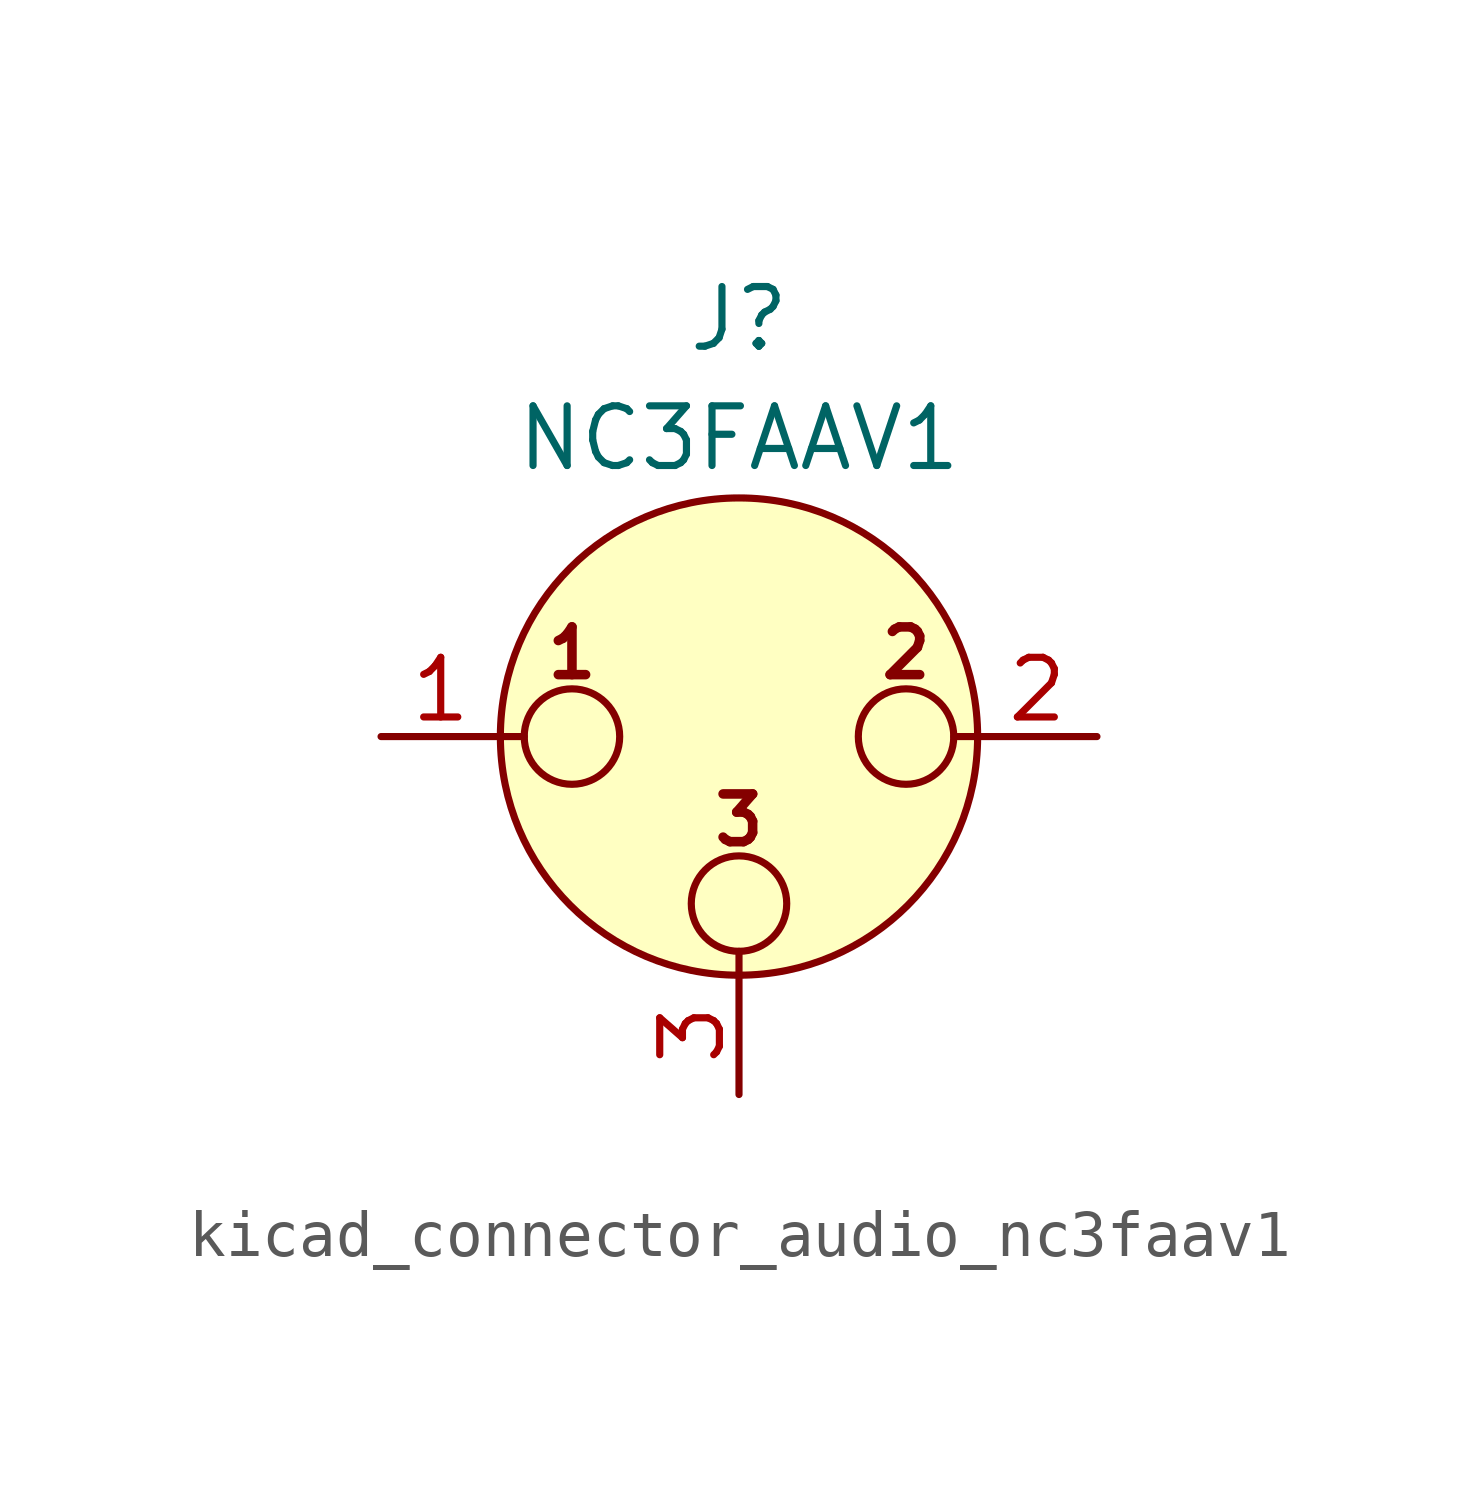
<source format=kicad_sym>
(kicad_symbol_lib
  (version 20220914)
  (generator kicad_symbol_editor)
  (symbol "kicad_connector_audio_nc3faav1"
    (pin_names hide)
    (property "Reference" "J"
      (at 0 8.89 0)
      (effects (font (size 1.27 1.27))))
    (property "Value" "NC3FAAV1"
      (at 0 6.35 0)
      (effects (font (size 1.27 1.27))))
    (symbol "kicad_connector_audio_nc3faav1_0_1"
      (circle (center -3.556 0) (radius 1.016) (stroke (width 0) (type default)) (fill (type none)))
      (circle (center 0 -3.556) (radius 1.016) (stroke (width 0) (type default)) (fill (type none)))
      (polyline (pts (xy -5.08 0) (xy -4.572 0)) (stroke (width 0) (type default)) (fill (type none)))
      (polyline (pts (xy 0 -5.08) (xy 0 -4.572)) (stroke (width 0) (type default)) (fill (type none)))
      (polyline (pts (xy 5.08 0) (xy 4.572 0)) (stroke (width 0) (type default)) (fill (type none)))
      (circle (center 0 0) (radius 5.08) (stroke (width 0) (type default)) (fill (type background)))
      (circle (center 3.556 0) (radius 1.016) (stroke (width 0) (type default)) (fill (type none)))
      (text "1" (at -3.556 1.778 0) (effects (font (size 1.016 1.016) bold)))
      (text "2" (at 3.556 1.778 0) (effects (font (size 1.016 1.016) bold)))
      (text "3" (at 0 -1.778 0) (effects (font (size 1.016 1.016) bold)))
      (pin passive line (at -7.62 0 0) (length 2.54) (name "~" (effects (font (size 1.27 1.27)))) (number "1" (effects (font (size 1.27 1.27)))))
      (pin passive line (at 7.62 0 180) (length 2.54) (name "~" (effects (font (size 1.27 1.27)))) (number "2" (effects (font (size 1.27 1.27)))))
      (pin passive line (at 0 -7.62 90) (length 2.54) (name "~" (effects (font (size 1.27 1.27)))) (number "3" (effects (font (size 1.27 1.27))))))))
</source>
